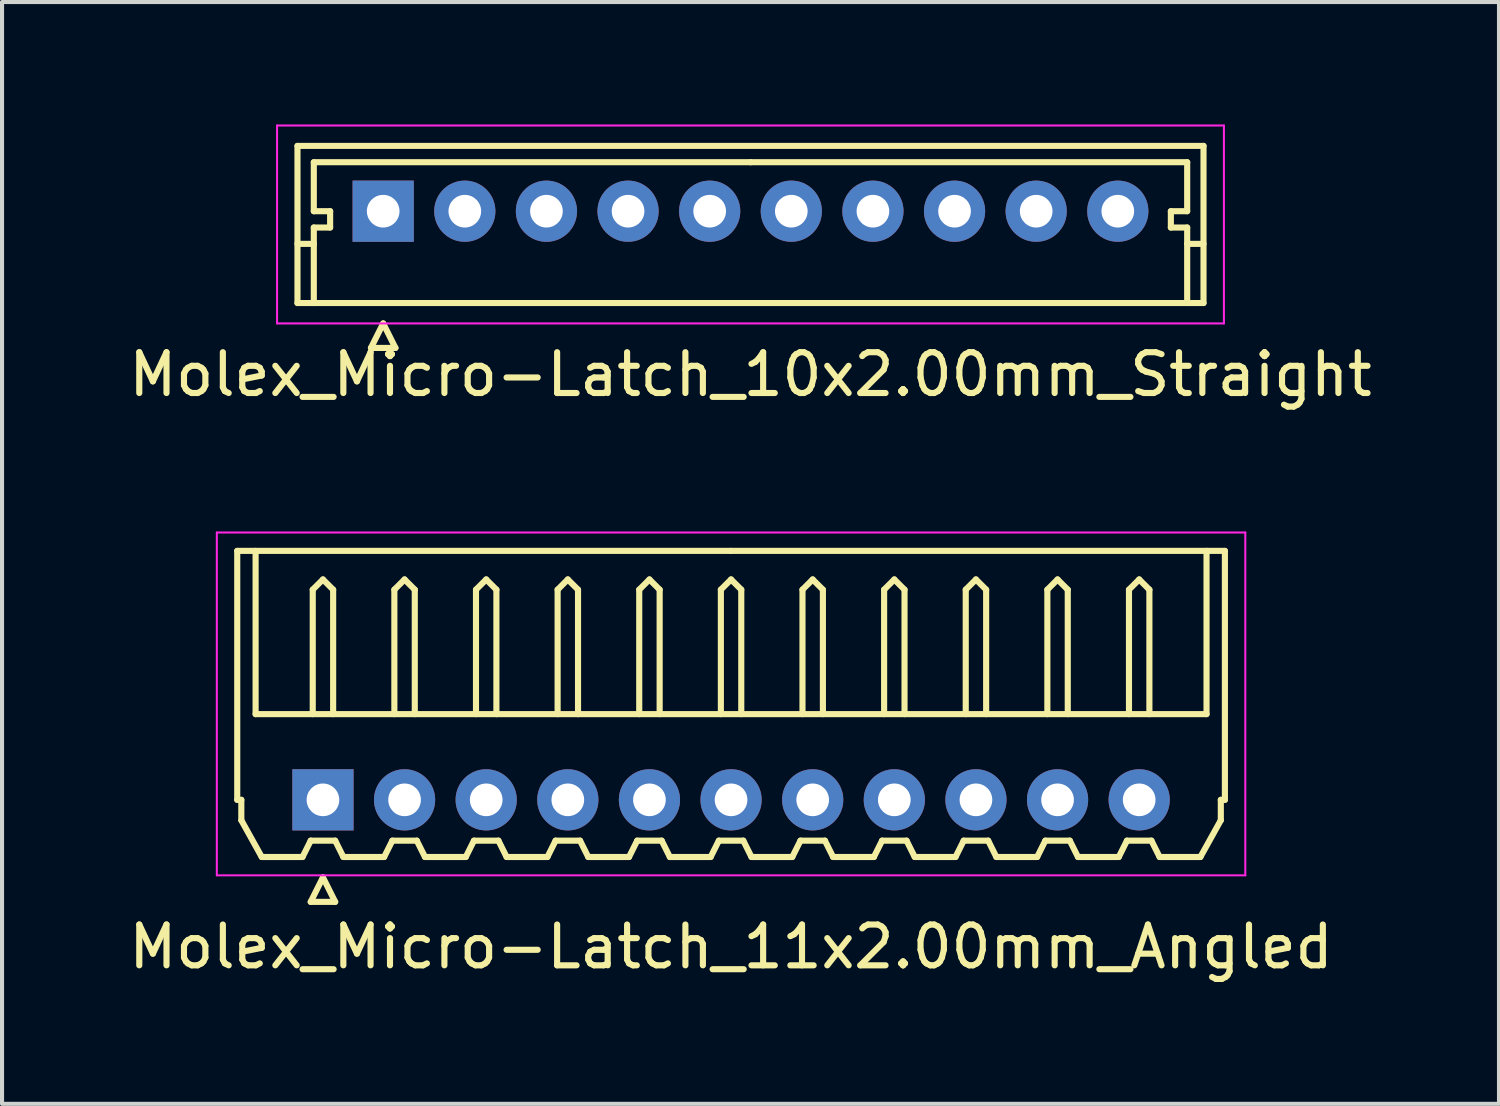
<source format=kicad_pcb>
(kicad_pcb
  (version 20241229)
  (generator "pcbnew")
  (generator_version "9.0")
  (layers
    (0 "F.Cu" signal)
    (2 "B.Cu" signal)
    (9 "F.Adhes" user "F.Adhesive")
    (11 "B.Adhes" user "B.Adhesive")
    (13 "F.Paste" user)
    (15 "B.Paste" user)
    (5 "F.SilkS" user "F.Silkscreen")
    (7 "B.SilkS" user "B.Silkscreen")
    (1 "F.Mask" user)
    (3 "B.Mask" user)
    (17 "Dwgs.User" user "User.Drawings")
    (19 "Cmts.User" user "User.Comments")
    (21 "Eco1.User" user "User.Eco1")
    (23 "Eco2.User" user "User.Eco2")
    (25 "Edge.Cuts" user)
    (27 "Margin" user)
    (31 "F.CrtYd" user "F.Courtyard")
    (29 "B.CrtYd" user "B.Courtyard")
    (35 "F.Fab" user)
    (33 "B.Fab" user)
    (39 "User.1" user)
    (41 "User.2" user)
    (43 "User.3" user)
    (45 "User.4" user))
  (footprint "Molex_Micro-Latch_11x2.00mm_Angled"
    (layer "F.Cu")
    (at 4.863 16.548)
    (property "Reference" "Molex_Micro-Latch_11x2.00mm_Angled" (at 10 3.6 0) (layer "F.SilkS") (effects (font (size 1 1) (thickness 0.15))))
    (attr through_hole)
    (fp_line (start -2.1 -6.1) (end 10 -6.1) (stroke (width 0.15) (type solid)) (layer "F.SilkS"))
    (fp_line (start -2.1 0) (end -2.1 -6.1) (stroke (width 0.15) (type solid)) (layer "F.SilkS"))
    (fp_line (start -2 0) (end -2.1 0) (stroke (width 0.15) (type solid)) (layer "F.SilkS"))
    (fp_line (start -2 0.5) (end -2 0) (stroke (width 0.15) (type solid)) (layer "F.SilkS"))
    (fp_line (start -1.65 -6.1) (end -1.65 -2.1) (stroke (width 0.15) (type solid)) (layer "F.SilkS"))
    (fp_line (start -1.65 -2.1) (end 21.65 -2.1) (stroke (width 0.15) (type solid)) (layer "F.SilkS"))
    (fp_line (start -1.5 1.4) (end -2 0.5) (stroke (width 0.15) (type solid)) (layer "F.SilkS"))
    (fp_line (start -0.5 1.4) (end -1.5 1.4) (stroke (width 0.15) (type solid)) (layer "F.SilkS"))
    (fp_line (start -0.3 1) (end -0.5 1.4) (stroke (width 0.15) (type solid)) (layer "F.SilkS"))
    (fp_line (start -0.3 1) (end 0.3 1) (stroke (width 0.15) (type solid)) (layer "F.SilkS"))
    (fp_line (start -0.3 2.5) (end 0.3 2.5) (stroke (width 0.15) (type solid)) (layer "F.SilkS"))
    (fp_line (start -0.25 -5.15) (end 0 -5.4) (stroke (width 0.15) (type solid)) (layer "F.SilkS"))
    (fp_line (start -0.25 -2.1) (end -0.25 -5.15) (stroke (width 0.15) (type solid)) (layer "F.SilkS"))
    (fp_line (start 0 -5.4) (end 0.25 -5.15) (stroke (width 0.15) (type solid)) (layer "F.SilkS"))
    (fp_line (start 0 1.9) (end -0.3 2.5) (stroke (width 0.15) (type solid)) (layer "F.SilkS"))
    (fp_line (start 0.25 -5.15) (end 0.25 -2.1) (stroke (width 0.15) (type solid)) (layer "F.SilkS"))
    (fp_line (start 0.3 1) (end 0.5 1.4) (stroke (width 0.15) (type solid)) (layer "F.SilkS"))
    (fp_line (start 0.3 2.5) (end 0 1.9) (stroke (width 0.15) (type solid)) (layer "F.SilkS"))
    (fp_line (start 0.5 1.4) (end 1.5 1.4) (stroke (width 0.15) (type solid)) (layer "F.SilkS"))
    (fp_line (start 1.5 1.4) (end 1.7 1) (stroke (width 0.15) (type solid)) (layer "F.SilkS"))
    (fp_line (start 1.7 1) (end 2.3 1) (stroke (width 0.15) (type solid)) (layer "F.SilkS"))
    (fp_line (start 1.75 -5.15) (end 2 -5.4) (stroke (width 0.15) (type solid)) (layer "F.SilkS"))
    (fp_line (start 1.75 -2.1) (end 1.75 -5.15) (stroke (width 0.15) (type solid)) (layer "F.SilkS"))
    (fp_line (start 2 -5.4) (end 2.25 -5.15) (stroke (width 0.15) (type solid)) (layer "F.SilkS"))
    (fp_line (start 2.25 -5.15) (end 2.25 -2.1) (stroke (width 0.15) (type solid)) (layer "F.SilkS"))
    (fp_line (start 2.3 1) (end 2.5 1.4) (stroke (width 0.15) (type solid)) (layer "F.SilkS"))
    (fp_line (start 2.5 1.4) (end 3.5 1.4) (stroke (width 0.15) (type solid)) (layer "F.SilkS"))
    (fp_line (start 3.5 1.4) (end 3.7 1) (stroke (width 0.15) (type solid)) (layer "F.SilkS"))
    (fp_line (start 3.7 1) (end 4.3 1) (stroke (width 0.15) (type solid)) (layer "F.SilkS"))
    (fp_line (start 3.75 -5.15) (end 4 -5.4) (stroke (width 0.15) (type solid)) (layer "F.SilkS"))
    (fp_line (start 3.75 -2.1) (end 3.75 -5.15) (stroke (width 0.15) (type solid)) (layer "F.SilkS"))
    (fp_line (start 4 -5.4) (end 4.25 -5.15) (stroke (width 0.15) (type solid)) (layer "F.SilkS"))
    (fp_line (start 4.25 -5.15) (end 4.25 -2.1) (stroke (width 0.15) (type solid)) (layer "F.SilkS"))
    (fp_line (start 4.3 1) (end 4.5 1.4) (stroke (width 0.15) (type solid)) (layer "F.SilkS"))
    (fp_line (start 4.5 1.4) (end 5.5 1.4) (stroke (width 0.15) (type solid)) (layer "F.SilkS"))
    (fp_line (start 5.5 1.4) (end 5.7 1) (stroke (width 0.15) (type solid)) (layer "F.SilkS"))
    (fp_line (start 5.7 1) (end 6.3 1) (stroke (width 0.15) (type solid)) (layer "F.SilkS"))
    (fp_line (start 5.75 -5.15) (end 6 -5.4) (stroke (width 0.15) (type solid)) (layer "F.SilkS"))
    (fp_line (start 5.75 -2.1) (end 5.75 -5.15) (stroke (width 0.15) (type solid)) (layer "F.SilkS"))
    (fp_line (start 6 -5.4) (end 6.25 -5.15) (stroke (width 0.15) (type solid)) (layer "F.SilkS"))
    (fp_line (start 6.25 -5.15) (end 6.25 -2.1) (stroke (width 0.15) (type solid)) (layer "F.SilkS"))
    (fp_line (start 6.3 1) (end 6.5 1.4) (stroke (width 0.15) (type solid)) (layer "F.SilkS"))
    (fp_line (start 6.5 1.4) (end 7.5 1.4) (stroke (width 0.15) (type solid)) (layer "F.SilkS"))
    (fp_line (start 7.5 1.4) (end 7.7 1) (stroke (width 0.15) (type solid)) (layer "F.SilkS"))
    (fp_line (start 7.7 1) (end 8.3 1) (stroke (width 0.15) (type solid)) (layer "F.SilkS"))
    (fp_line (start 7.75 -5.15) (end 8 -5.4) (stroke (width 0.15) (type solid)) (layer "F.SilkS"))
    (fp_line (start 7.75 -2.1) (end 7.75 -5.15) (stroke (width 0.15) (type solid)) (layer "F.SilkS"))
    (fp_line (start 8 -5.4) (end 8.25 -5.15) (stroke (width 0.15) (type solid)) (layer "F.SilkS"))
    (fp_line (start 8.25 -5.15) (end 8.25 -2.1) (stroke (width 0.15) (type solid)) (layer "F.SilkS"))
    (fp_line (start 8.3 1) (end 8.5 1.4) (stroke (width 0.15) (type solid)) (layer "F.SilkS"))
    (fp_line (start 8.5 1.4) (end 9.5 1.4) (stroke (width 0.15) (type solid)) (layer "F.SilkS"))
    (fp_line (start 9.5 1.4) (end 9.7 1) (stroke (width 0.15) (type solid)) (layer "F.SilkS"))
    (fp_line (start 9.7 1) (end 10.3 1) (stroke (width 0.15) (type solid)) (layer "F.SilkS"))
    (fp_line (start 9.75 -5.15) (end 10 -5.4) (stroke (width 0.15) (type solid)) (layer "F.SilkS"))
    (fp_line (start 9.75 -2.1) (end 9.75 -5.15) (stroke (width 0.15) (type solid)) (layer "F.SilkS"))
    (fp_line (start 10 -5.4) (end 10.25 -5.15) (stroke (width 0.15) (type solid)) (layer "F.SilkS"))
    (fp_line (start 10.25 -5.15) (end 10.25 -2.1) (stroke (width 0.15) (type solid)) (layer "F.SilkS"))
    (fp_line (start 10.3 1) (end 10.5 1.4) (stroke (width 0.15) (type solid)) (layer "F.SilkS"))
    (fp_line (start 10.5 1.4) (end 11.5 1.4) (stroke (width 0.15) (type solid)) (layer "F.SilkS"))
    (fp_line (start 11.5 1.4) (end 11.7 1) (stroke (width 0.15) (type solid)) (layer "F.SilkS"))
    (fp_line (start 11.7 1) (end 12.3 1) (stroke (width 0.15) (type solid)) (layer "F.SilkS"))
    (fp_line (start 11.75 -5.15) (end 12 -5.4) (stroke (width 0.15) (type solid)) (layer "F.SilkS"))
    (fp_line (start 11.75 -2.1) (end 11.75 -5.15) (stroke (width 0.15) (type solid)) (layer "F.SilkS"))
    (fp_line (start 12 -5.4) (end 12.25 -5.15) (stroke (width 0.15) (type solid)) (layer "F.SilkS"))
    (fp_line (start 12.25 -5.15) (end 12.25 -2.1) (stroke (width 0.15) (type solid)) (layer "F.SilkS"))
    (fp_line (start 12.3 1) (end 12.5 1.4) (stroke (width 0.15) (type solid)) (layer "F.SilkS"))
    (fp_line (start 12.5 1.4) (end 13.5 1.4) (stroke (width 0.15) (type solid)) (layer "F.SilkS"))
    (fp_line (start 13.5 1.4) (end 13.7 1) (stroke (width 0.15) (type solid)) (layer "F.SilkS"))
    (fp_line (start 13.7 1) (end 14.3 1) (stroke (width 0.15) (type solid)) (layer "F.SilkS"))
    (fp_line (start 13.75 -5.15) (end 14 -5.4) (stroke (width 0.15) (type solid)) (layer "F.SilkS"))
    (fp_line (start 13.75 -2.1) (end 13.75 -5.15) (stroke (width 0.15) (type solid)) (layer "F.SilkS"))
    (fp_line (start 14 -5.4) (end 14.25 -5.15) (stroke (width 0.15) (type solid)) (layer "F.SilkS"))
    (fp_line (start 14.25 -5.15) (end 14.25 -2.1) (stroke (width 0.15) (type solid)) (layer "F.SilkS"))
    (fp_line (start 14.3 1) (end 14.5 1.4) (stroke (width 0.15) (type solid)) (layer "F.SilkS"))
    (fp_line (start 14.5 1.4) (end 15.5 1.4) (stroke (width 0.15) (type solid)) (layer "F.SilkS"))
    (fp_line (start 15.5 1.4) (end 15.7 1) (stroke (width 0.15) (type solid)) (layer "F.SilkS"))
    (fp_line (start 15.7 1) (end 16.3 1) (stroke (width 0.15) (type solid)) (layer "F.SilkS"))
    (fp_line (start 15.75 -5.15) (end 16 -5.4) (stroke (width 0.15) (type solid)) (layer "F.SilkS"))
    (fp_line (start 15.75 -2.1) (end 15.75 -5.15) (stroke (width 0.15) (type solid)) (layer "F.SilkS"))
    (fp_line (start 16 -5.4) (end 16.25 -5.15) (stroke (width 0.15) (type solid)) (layer "F.SilkS"))
    (fp_line (start 16.25 -5.15) (end 16.25 -2.1) (stroke (width 0.15) (type solid)) (layer "F.SilkS"))
    (fp_line (start 16.3 1) (end 16.5 1.4) (stroke (width 0.15) (type solid)) (layer "F.SilkS"))
    (fp_line (start 16.5 1.4) (end 17.5 1.4) (stroke (width 0.15) (type solid)) (layer "F.SilkS"))
    (fp_line (start 17.5 1.4) (end 17.7 1) (stroke (width 0.15) (type solid)) (layer "F.SilkS"))
    (fp_line (start 17.7 1) (end 18.3 1) (stroke (width 0.15) (type solid)) (layer "F.SilkS"))
    (fp_line (start 17.75 -5.15) (end 18 -5.4) (stroke (width 0.15) (type solid)) (layer "F.SilkS"))
    (fp_line (start 17.75 -2.1) (end 17.75 -5.15) (stroke (width 0.15) (type solid)) (layer "F.SilkS"))
    (fp_line (start 18 -5.4) (end 18.25 -5.15) (stroke (width 0.15) (type solid)) (layer "F.SilkS"))
    (fp_line (start 18.25 -5.15) (end 18.25 -2.1) (stroke (width 0.15) (type solid)) (layer "F.SilkS"))
    (fp_line (start 18.3 1) (end 18.5 1.4) (stroke (width 0.15) (type solid)) (layer "F.SilkS"))
    (fp_line (start 18.5 1.4) (end 19.5 1.4) (stroke (width 0.15) (type solid)) (layer "F.SilkS"))
    (fp_line (start 19.5 1.4) (end 19.7 1) (stroke (width 0.15) (type solid)) (layer "F.SilkS"))
    (fp_line (start 19.7 1) (end 20.3 1) (stroke (width 0.15) (type solid)) (layer "F.SilkS"))
    (fp_line (start 19.75 -5.15) (end 20 -5.4) (stroke (width 0.15) (type solid)) (layer "F.SilkS"))
    (fp_line (start 19.75 -2.1) (end 19.75 -5.15) (stroke (width 0.15) (type solid)) (layer "F.SilkS"))
    (fp_line (start 20 -5.4) (end 20.25 -5.15) (stroke (width 0.15) (type solid)) (layer "F.SilkS"))
    (fp_line (start 20.25 -5.15) (end 20.25 -2.1) (stroke (width 0.15) (type solid)) (layer "F.SilkS"))
    (fp_line (start 20.3 1) (end 20.5 1.4) (stroke (width 0.15) (type solid)) (layer "F.SilkS"))
    (fp_line (start 20.5 1.4) (end 21.5 1.4) (stroke (width 0.15) (type solid)) (layer "F.SilkS"))
    (fp_line (start 21.5 1.4) (end 22 0.5) (stroke (width 0.15) (type solid)) (layer "F.SilkS"))
    (fp_line (start 21.65 -2.1) (end 21.65 -6.1) (stroke (width 0.15) (type solid)) (layer "F.SilkS"))
    (fp_line (start 22 0) (end 22.1 0) (stroke (width 0.15) (type solid)) (layer "F.SilkS"))
    (fp_line (start 22 0.5) (end 22 0) (stroke (width 0.15) (type solid)) (layer "F.SilkS"))
    (fp_line (start 22.1 -6.1) (end 10 -6.1) (stroke (width 0.15) (type solid)) (layer "F.SilkS"))
    (fp_line (start 22.1 0) (end 22.1 -6.1) (stroke (width 0.15) (type solid)) (layer "F.SilkS"))
    (fp_line (start -2.6 -6.55) (end -2.6 1.85) (stroke (width 0.05) (type solid)) (layer "F.CrtYd"))
    (fp_line (start -2.6 1.85) (end 22.6 1.85) (stroke (width 0.05) (type solid)) (layer "F.CrtYd"))
    (fp_line (start 22.6 -6.55) (end -2.6 -6.55) (stroke (width 0.05) (type solid)) (layer "F.CrtYd"))
    (fp_line (start 22.6 1.85) (end 22.6 -6.55) (stroke (width 0.05) (type solid)) (layer "F.CrtYd"))
    (pad "1" thru_hole rect (at 0 0) (size 1.5 1.5) (drill 0.8) (layers "*.Cu" "*.Mask"))
    (pad "2" thru_hole circle (at 2 0) (size 1.5 1.5) (drill 0.8) (layers "*.Cu" "*.Mask"))
    (pad "3" thru_hole circle (at 4 0) (size 1.5 1.5) (drill 0.8) (layers "*.Cu" "*.Mask"))
    (pad "4" thru_hole circle (at 6 0) (size 1.5 1.5) (drill 0.8) (layers "*.Cu" "*.Mask"))
    (pad "5" thru_hole circle (at 8 0) (size 1.5 1.5) (drill 0.8) (layers "*.Cu" "*.Mask"))
    (pad "6" thru_hole circle (at 10 0) (size 1.5 1.5) (drill 0.8) (layers "*.Cu" "*.Mask"))
    (pad "7" thru_hole circle (at 12 0) (size 1.5 1.5) (drill 0.8) (layers "*.Cu" "*.Mask"))
    (pad "8" thru_hole circle (at 14 0) (size 1.5 1.5) (drill 0.8) (layers "*.Cu" "*.Mask"))
    (pad "9" thru_hole circle (at 16 0) (size 1.5 1.5) (drill 0.8) (layers "*.Cu" "*.Mask"))
    (pad "10" thru_hole circle (at 18 0) (size 1.5 1.5) (drill 0.8) (layers "*.Cu" "*.Mask"))
    (pad "11" thru_hole circle (at 20 0) (size 1.5 1.5) (drill 0.8) (layers "*.Cu" "*.Mask")))
  (footprint "Molex_Micro-Latch_10x2.00mm_Straight"
    (layer "F.Cu")
    (at 6.339 2.125)
    (property "Reference" "Molex_Micro-Latch_10x2.00mm_Straight" (at 9 4 0) (layer "F.SilkS") (effects (font (size 1 1) (thickness 0.15))))
    (attr through_hole)
    (fp_line (start -2.1 -1.6) (end -2.1 2.25) (stroke (width 0.15) (type solid)) (layer "F.SilkS"))
    (fp_line (start -2.1 0.8) (end -1.7 0.8) (stroke (width 0.15) (type solid)) (layer "F.SilkS"))
    (fp_line (start -2.1 2.25) (end 20.1 2.25) (stroke (width 0.15) (type solid)) (layer "F.SilkS"))
    (fp_line (start -1.7 -1.2) (end -1.7 0) (stroke (width 0.15) (type solid)) (layer "F.SilkS"))
    (fp_line (start -1.7 0) (end -1.3 0) (stroke (width 0.15) (type solid)) (layer "F.SilkS"))
    (fp_line (start -1.7 0.4) (end -1.7 2.25) (stroke (width 0.15) (type solid)) (layer "F.SilkS"))
    (fp_line (start -1.3 0) (end -1.3 0.4) (stroke (width 0.15) (type solid)) (layer "F.SilkS"))
    (fp_line (start -1.3 0.4) (end -1.7 0.4) (stroke (width 0.15) (type solid)) (layer "F.SilkS"))
    (fp_line (start -0.3 3.35) (end 0.3 3.35) (stroke (width 0.15) (type solid)) (layer "F.SilkS"))
    (fp_line (start 0 2.75) (end -0.3 3.35) (stroke (width 0.15) (type solid)) (layer "F.SilkS"))
    (fp_line (start 0.3 3.35) (end 0 2.75) (stroke (width 0.15) (type solid)) (layer "F.SilkS"))
    (fp_line (start 9 -1.2) (end -1.7 -1.2) (stroke (width 0.15) (type solid)) (layer "F.SilkS"))
    (fp_line (start 9 -1.2) (end 19.7 -1.2) (stroke (width 0.15) (type solid)) (layer "F.SilkS"))
    (fp_line (start 19.3 0) (end 19.3 0.4) (stroke (width 0.15) (type solid)) (layer "F.SilkS"))
    (fp_line (start 19.3 0.4) (end 19.7 0.4) (stroke (width 0.15) (type solid)) (layer "F.SilkS"))
    (fp_line (start 19.7 -1.2) (end 19.7 0) (stroke (width 0.15) (type solid)) (layer "F.SilkS"))
    (fp_line (start 19.7 0) (end 19.3 0) (stroke (width 0.15) (type solid)) (layer "F.SilkS"))
    (fp_line (start 19.7 0.4) (end 19.7 2.25) (stroke (width 0.15) (type solid)) (layer "F.SilkS"))
    (fp_line (start 20.1 -1.6) (end -2.1 -1.6) (stroke (width 0.15) (type solid)) (layer "F.SilkS"))
    (fp_line (start 20.1 0.8) (end 19.7 0.8) (stroke (width 0.15) (type solid)) (layer "F.SilkS"))
    (fp_line (start 20.1 2.25) (end 20.1 -1.6) (stroke (width 0.15) (type solid)) (layer "F.SilkS"))
    (fp_line (start -2.6 -2.1) (end -2.6 2.75) (stroke (width 0.05) (type solid)) (layer "F.CrtYd"))
    (fp_line (start -2.6 2.75) (end 20.6 2.75) (stroke (width 0.05) (type solid)) (layer "F.CrtYd"))
    (fp_line (start 20.6 -2.1) (end -2.6 -2.1) (stroke (width 0.05) (type solid)) (layer "F.CrtYd"))
    (fp_line (start 20.6 2.75) (end 20.6 -2.1) (stroke (width 0.05) (type solid)) (layer "F.CrtYd"))
    (pad "1" thru_hole rect (at 0 0) (size 1.5 1.5) (drill 0.8) (layers "*.Cu" "*.Mask"))
    (pad "2" thru_hole circle (at 2 0) (size 1.5 1.5) (drill 0.8) (layers "*.Cu" "*.Mask"))
    (pad "3" thru_hole circle (at 4 0) (size 1.5 1.5) (drill 0.8) (layers "*.Cu" "*.Mask"))
    (pad "4" thru_hole circle (at 6 0) (size 1.5 1.5) (drill 0.8) (layers "*.Cu" "*.Mask"))
    (pad "5" thru_hole circle (at 8 0) (size 1.5 1.5) (drill 0.8) (layers "*.Cu" "*.Mask"))
    (pad "6" thru_hole circle (at 10 0) (size 1.5 1.5) (drill 0.8) (layers "*.Cu" "*.Mask"))
    (pad "7" thru_hole circle (at 12 0) (size 1.5 1.5) (drill 0.8) (layers "*.Cu" "*.Mask"))
    (pad "8" thru_hole circle (at 14 0) (size 1.5 1.5) (drill 0.8) (layers "*.Cu" "*.Mask"))
    (pad "9" thru_hole circle (at 16 0) (size 1.5 1.5) (drill 0.8) (layers "*.Cu" "*.Mask"))
    (pad "10" thru_hole circle (at 18 0) (size 1.5 1.5) (drill 0.8) (layers "*.Cu" "*.Mask")))
  (gr_rect
    (start -3 -3)
    (end 33.679 23.997)
    (stroke (width 0.1) (type default))
    (fill no)
    (layer "Edge.Cuts")))
</source>
